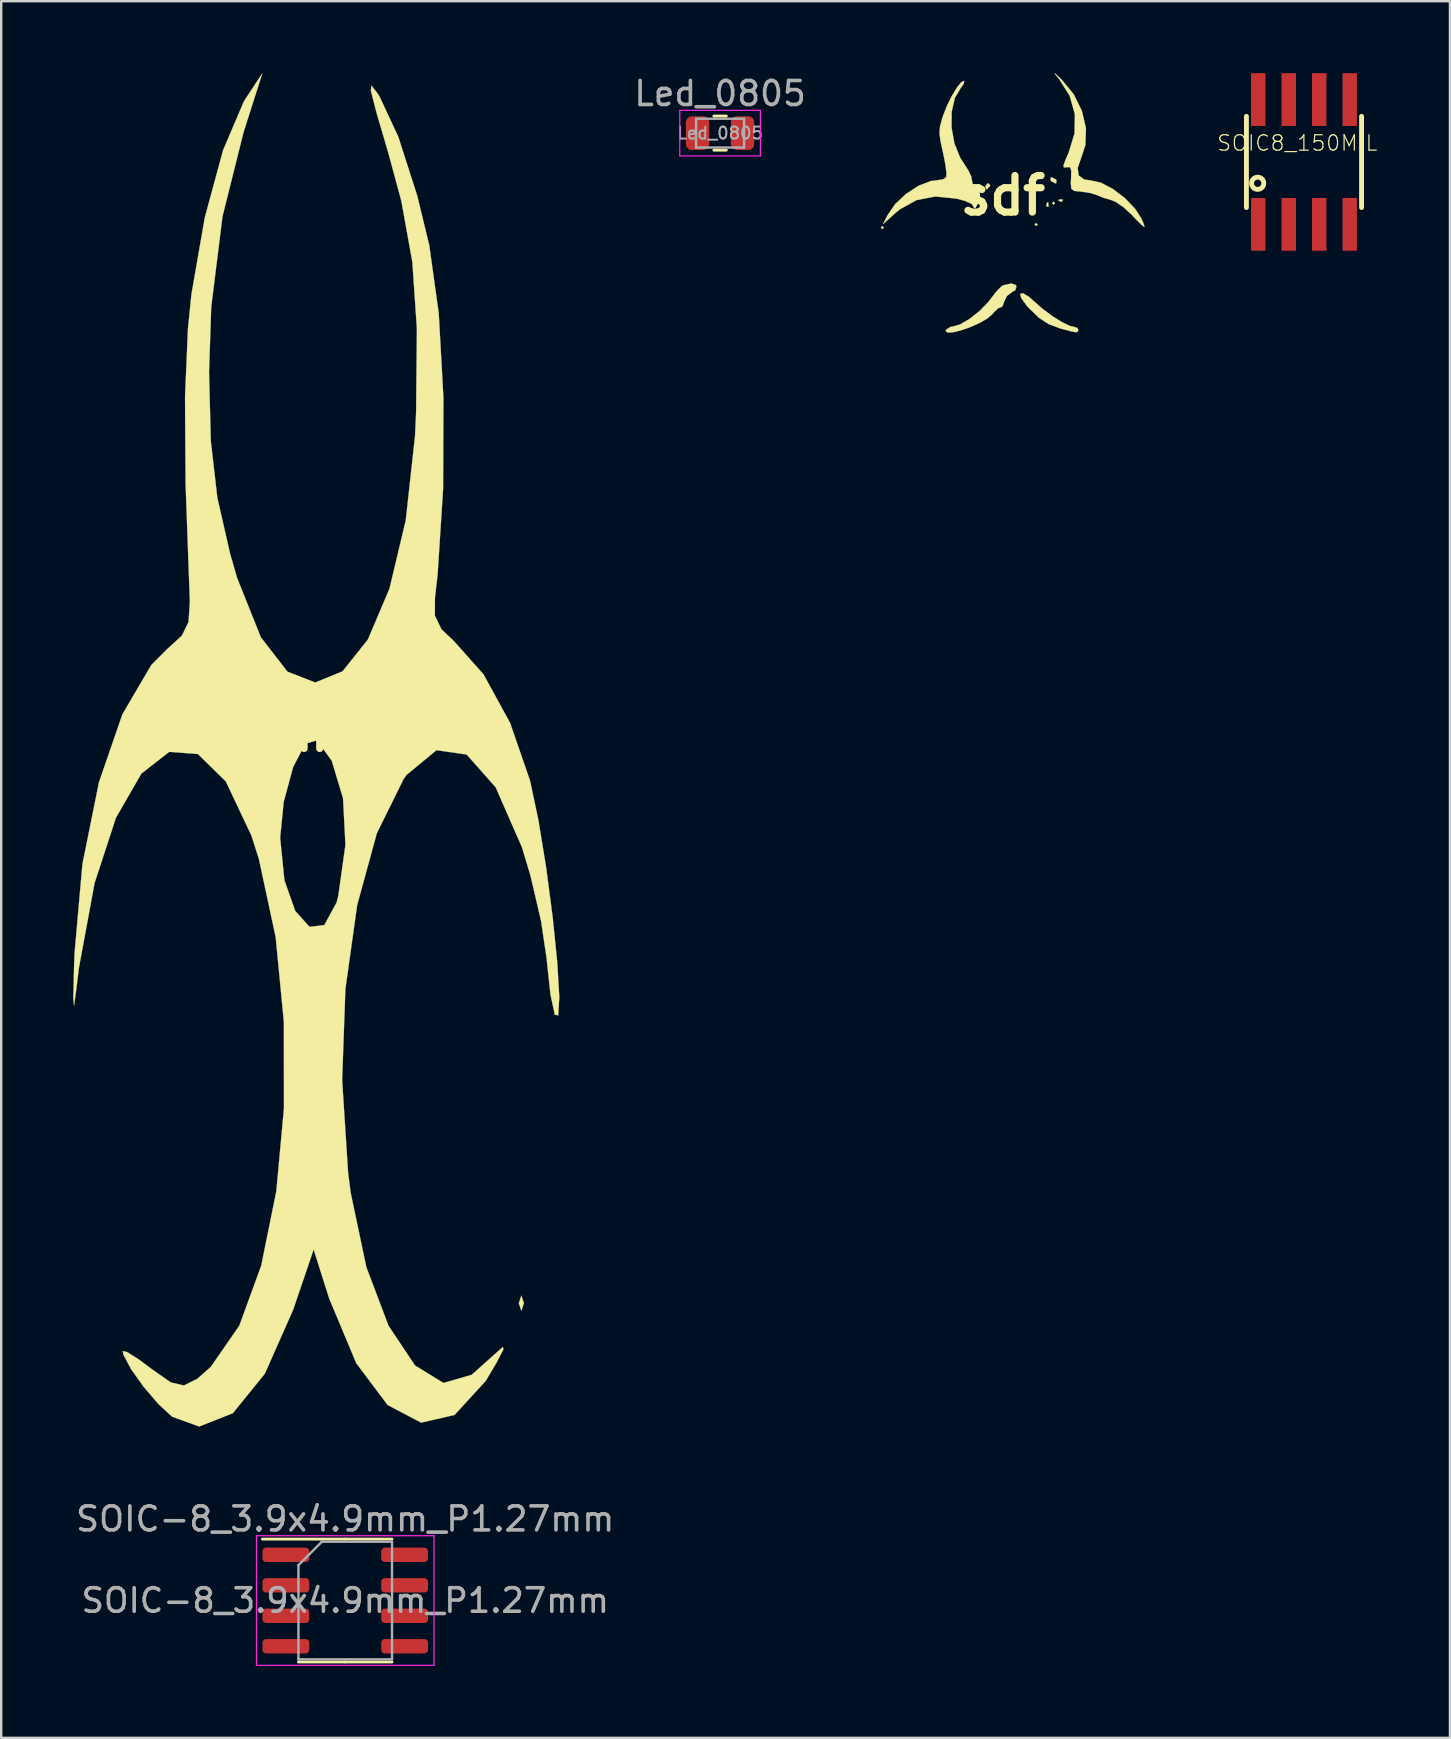
<source format=kicad_pcb>
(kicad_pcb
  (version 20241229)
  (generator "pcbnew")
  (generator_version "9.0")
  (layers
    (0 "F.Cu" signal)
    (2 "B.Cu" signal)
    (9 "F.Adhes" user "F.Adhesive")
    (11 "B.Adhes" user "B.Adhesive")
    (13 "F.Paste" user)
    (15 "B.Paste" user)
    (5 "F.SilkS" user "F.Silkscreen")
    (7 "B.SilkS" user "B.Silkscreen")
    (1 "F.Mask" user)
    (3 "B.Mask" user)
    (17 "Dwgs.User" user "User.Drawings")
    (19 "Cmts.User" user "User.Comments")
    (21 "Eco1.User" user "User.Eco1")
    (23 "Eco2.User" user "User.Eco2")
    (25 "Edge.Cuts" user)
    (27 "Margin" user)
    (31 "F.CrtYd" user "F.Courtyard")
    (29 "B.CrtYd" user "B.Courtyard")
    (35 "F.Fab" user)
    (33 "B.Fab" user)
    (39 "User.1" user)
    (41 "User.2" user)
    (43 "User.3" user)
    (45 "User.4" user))
  (footprint "Led_0805"
    (layer "F.Cu")
    (at 26.963 2.498)
    (property "Reference" "Led_0805" (at 0 -1.65 0) (layer "F.Fab") (effects (font (size 1 1) (thickness 0.15))))
    (attr smd)
    (fp_line (start -0.259 -0.71) (end 0.259 -0.71) (stroke (width 0.12) (type solid)) (layer "F.SilkS"))
    (fp_line (start -0.259 0.71) (end 0.259 0.71) (stroke (width 0.12) (type solid)) (layer "F.SilkS"))
    (fp_line (start -1.68 -0.95) (end 1.68 -0.95) (stroke (width 0.05) (type solid)) (layer "F.CrtYd"))
    (fp_line (start -1.68 0.95) (end -1.68 -0.95) (stroke (width 0.05) (type solid)) (layer "F.CrtYd"))
    (fp_line (start 1.68 -0.95) (end 1.68 0.95) (stroke (width 0.05) (type solid)) (layer "F.CrtYd"))
    (fp_line (start 1.68 0.95) (end -1.68 0.95) (stroke (width 0.05) (type solid)) (layer "F.CrtYd"))
    (fp_line (start -1 -0.6) (end 1 -0.6) (stroke (width 0.1) (type solid)) (layer "F.Fab"))
    (fp_line (start -1 0.6) (end -1 -0.6) (stroke (width 0.1) (type solid)) (layer "F.Fab"))
    (fp_line (start 1 -0.6) (end 1 0.6) (stroke (width 0.1) (type solid)) (layer "F.Fab"))
    (fp_line (start 1 0.6) (end -1 0.6) (stroke (width 0.1) (type solid)) (layer "F.Fab"))
    (fp_text user "${REFERENCE}" (at 0 0 0) (layer "F.Fab") (effects (font (size 0.5 0.5) (thickness 0.08))))
    (pad "1" smd roundrect (at -0.938 0) (size 0.975 1.4) (layers "F.Cu" "F.Mask" "F.Paste") (roundrect_rratio 0.25))
    (pad "2" smd roundrect (at 0.938 0) (size 0.975 1.4) (layers "F.Cu" "F.Mask" "F.Paste") (roundrect_rratio 0.25)))
  (footprint "hhhh"
    (layer "F.Cu")
    (at 9.261 27.455)
    (property "Reference" "hhhh" (at 0 0 0) (layer "F.SilkS") (effects (font (size 1.524 1.524) (thickness 0.3))))
    (attr through_hole)
    (fp_poly (pts (xy 9.525 23.812) (xy 9.419 24.13) (xy 9.313 23.812) (xy 9.419 23.495) (xy 9.525 23.812)) (stroke (width 0.01) (type solid)) (fill yes) (layer "F.SilkS"))
    (fp_poly (pts (xy -2.159 -24.996) (xy -3.038 -21.482) (xy -3.508 -17.706) (xy -3.598 -14.984) (xy -3.524 -12.119) (xy -3.254 -9.767) (xy -2.721 -7.428) (xy -2.43 -6.42) (xy -1.439 -3.943) (xy -0.33 -2.51) (xy 0.828 -2.058) (xy 1.968 -2.526) (xy 3.022 -3.85) (xy 3.922 -5.967) (xy 4.6 -8.814) (xy 4.987 -12.329) (xy 5.032 -13.319) (xy 5.065 -16.798) (xy 4.876 -19.581) (xy 4.416 -22.133) (xy 3.863 -24.171) (xy 3.37 -25.847) (xy 3.146 -26.727) (xy 3.17 -26.939) (xy 3.424 -26.614) (xy 3.5 -26.497) (xy 4.29 -24.805) (xy 5.081 -22.34) (xy 5.58 -20.283) (xy 5.976 -17.444) (xy 6.171 -13.917) (xy 6.158 -10.14) (xy 5.928 -6.552) (xy 5.818 -5.595) (xy 5.815 -4.847) (xy 6.087 -4.277) (xy 6.597 -3.797) (xy 7.844 -2.395) (xy 8.951 -0.371) (xy 9.776 2.019) (xy 9.786 2.055) (xy 10.131 3.684) (xy 10.453 5.658) (xy 10.723 7.717) (xy 10.915 9.603) (xy 11.001 11.057) (xy 10.954 11.821) (xy 10.811 11.778) (xy 10.633 10.954) (xy 10.474 9.471) (xy 10.471 9.432) (xy 10.239 7.874) (xy 9.801 5.998) (xy 9.449 4.822) (xy 8.349 2.31) (xy 7.141 0.945) (xy 5.882 0.762) (xy 4.631 1.794) (xy 4.512 1.962) (xy 3.394 4.227) (xy 2.575 7.222) (xy 2.084 10.726) (xy 1.949 14.519) (xy 2.198 18.382) (xy 2.306 19.215) (xy 2.957 22.306) (xy 3.882 24.751) (xy 4.987 26.408) (xy 6.173 27.137) (xy 7.346 26.797) (xy 7.43 26.726) (xy 8.059 26.161) (xy 8.557 25.717) (xy 8.647 25.637) (xy 8.672 25.733) (xy 8.384 26.291) (xy 7.938 27.045) (xy 6.635 28.469) (xy 5.241 28.79) (xy 3.846 28.056) (xy 2.539 26.314) (xy 1.407 23.611) (xy 1.387 23.546) (xy 0.762 21.574) (xy -0.095 24.092) (xy -1.273 26.751) (xy -2.608 28.398) (xy -4.011 28.951) (xy -5.14 28.541) (xy -5.711 28.014) (xy -6.325 27.294) (xy -6.852 26.554) (xy -7.162 25.967) (xy -7.197 25.806) (xy -7.011 25.849) (xy -6.527 26.156) (xy -5.944 26.589) (xy -5.196 27.112) (xy -4.647 27.241) (xy -4.093 26.968) (xy -3.527 26.468) (xy -2.337 24.751) (xy -1.421 22.239) (xy -0.795 19.148) (xy -0.476 15.694) (xy -0.479 12.092) (xy -0.821 8.556) (xy -1.519 5.302) (xy -1.802 4.416) (xy -0.635 4.416) (xy -0.457 6.182) (xy -0.007 7.461) (xy 0.59 8.127) (xy 1.206 8.052) (xy 1.717 7.112) (xy 1.787 6.844) (xy 2.087 4.709) (xy 1.987 2.767) (xy 1.514 1.199) (xy 0.903 0.353) (xy 0.416 0.491) (xy -0.092 1.461) (xy -0.486 2.913) (xy -0.635 4.416) (xy -1.802 4.416) (xy -1.833 4.32) (xy -2.898 2.066) (xy -4.062 0.923) (xy -5.258 0.832) (xy -6.418 1.737) (xy -7.478 3.578) (xy -8.368 6.297) (xy -9.023 9.838) (xy -9.121 10.645) (xy -9.224 11.415) (xy -9.256 11.115) (xy -9.22 9.658) (xy -9.207 9.273) (xy -8.876 5.512) (xy -8.188 2.106) (xy -7.21 -0.731) (xy -6.005 -2.788) (xy -5.327 -3.466) (xy -4.73 -4.01) (xy -4.453 -4.581) (xy -4.398 -5.423) (xy -4.41 -5.768) (xy -4.576 -10.361) (xy -4.599 -13.971) (xy -4.477 -16.808) (xy -4.332 -18.24) (xy -3.776 -21.437) (xy -3.012 -24.247) (xy -2.155 -26.259) (xy -2.032 -26.457) (xy -1.376 -27.45) (xy -2.159 -24.996)) (stroke (width 0.01) (type solid)) (fill yes) (layer "F.SilkS")))
  (footprint "SOIC-8_3.9x4.9mm_P1.27mm"
    (layer "F.Cu")
    (at 11.339 63.66)
    (property "Reference" "SOIC-8_3.9x4.9mm_P1.27mm" (at 0 -3.4 0) (layer "F.Fab") (effects (font (size 1 1) (thickness 0.15))))
    (attr smd)
    (fp_line (start 0 -2.56) (end -3.45 -2.56) (stroke (width 0.12) (type solid)) (layer "F.SilkS"))
    (fp_line (start 0 -2.56) (end 1.95 -2.56) (stroke (width 0.12) (type solid)) (layer "F.SilkS"))
    (fp_line (start 0 2.56) (end -1.95 2.56) (stroke (width 0.12) (type solid)) (layer "F.SilkS"))
    (fp_line (start 0 2.56) (end 1.95 2.56) (stroke (width 0.12) (type solid)) (layer "F.SilkS"))
    (fp_line (start -3.7 -2.7) (end -3.7 2.7) (stroke (width 0.05) (type solid)) (layer "F.CrtYd"))
    (fp_line (start -3.7 2.7) (end 3.7 2.7) (stroke (width 0.05) (type solid)) (layer "F.CrtYd"))
    (fp_line (start 3.7 -2.7) (end -3.7 -2.7) (stroke (width 0.05) (type solid)) (layer "F.CrtYd"))
    (fp_line (start 3.7 2.7) (end 3.7 -2.7) (stroke (width 0.05) (type solid)) (layer "F.CrtYd"))
    (fp_line (start -1.95 -1.475) (end -0.975 -2.45) (stroke (width 0.1) (type solid)) (layer "F.Fab"))
    (fp_line (start -1.95 2.45) (end -1.95 -1.475) (stroke (width 0.1) (type solid)) (layer "F.Fab"))
    (fp_line (start -0.975 -2.45) (end 1.95 -2.45) (stroke (width 0.1) (type solid)) (layer "F.Fab"))
    (fp_line (start 1.95 -2.45) (end 1.95 2.45) (stroke (width 0.1) (type solid)) (layer "F.Fab"))
    (fp_line (start 1.95 2.45) (end -1.95 2.45) (stroke (width 0.1) (type solid)) (layer "F.Fab"))
    (fp_text user "${REFERENCE}" (at 0 0 0) (layer "F.Fab") (effects (font (size 0.98 0.98) (thickness 0.15))))
    (pad "1" smd roundrect (at -2.475 -1.905) (size 1.95 0.6) (layers "F.Cu" "F.Mask" "F.Paste") (roundrect_rratio 0.25))
    (pad "2" smd roundrect (at -2.475 -0.635) (size 1.95 0.6) (layers "F.Cu" "F.Mask" "F.Paste") (roundrect_rratio 0.25))
    (pad "3" smd roundrect (at -2.475 0.635) (size 1.95 0.6) (layers "F.Cu" "F.Mask" "F.Paste") (roundrect_rratio 0.25))
    (pad "4" smd roundrect (at -2.475 1.905) (size 1.95 0.6) (layers "F.Cu" "F.Mask" "F.Paste") (roundrect_rratio 0.25))
    (pad "5" smd roundrect (at 2.475 1.905) (size 1.95 0.6) (layers "F.Cu" "F.Mask" "F.Paste") (roundrect_rratio 0.25))
    (pad "6" smd roundrect (at 2.475 0.635) (size 1.95 0.6) (layers "F.Cu" "F.Mask" "F.Paste") (roundrect_rratio 0.25))
    (pad "7" smd roundrect (at 2.475 -0.635) (size 1.95 0.6) (layers "F.Cu" "F.Mask" "F.Paste") (roundrect_rratio 0.25))
    (pad "8" smd roundrect (at 2.475 -1.905) (size 1.95 0.6) (layers "F.Cu" "F.Mask" "F.Paste") (roundrect_rratio 0.25)))
  (footprint "SOIC8_150MIL"
    (layer "F.Cu")
    (at 51.3 3.7)
    (property "Reference" "SOIC8_150MIL" (at -0.279 -0.787 0) (layer "F.SilkS") (effects (font (size 0.64 0.64) (thickness 0.05))))
    (attr smd)
    (fp_line (start -2.4 1.9) (end -2.4 -1.9) (stroke (width 0.203) (type solid)) (layer "F.SilkS"))
    (fp_line (start 2.4 -1.9) (end 2.4 1.9) (stroke (width 0.203) (type solid)) (layer "F.SilkS"))
    (fp_circle (center -1.93 0.889) (end -1.676 0.889) (stroke (width 0.203) (type solid)) (fill no) (layer "F.SilkS"))
    (fp_line (start -2.4 -1.9) (end 2.4 -1.9) (stroke (width 0.203) (type solid)) (layer "Eco2.User"))
    (fp_line (start -2.4 1.4) (end -2.4 -1.9) (stroke (width 0.203) (type solid)) (layer "Eco2.User"))
    (fp_line (start -2.4 1.9) (end -2.4 1.4) (stroke (width 0.203) (type solid)) (layer "Eco2.User"))
    (fp_line (start 2.4 -1.9) (end 2.4 1.4) (stroke (width 0.203) (type solid)) (layer "Eco2.User"))
    (fp_line (start 2.4 1.4) (end -2.4 1.4) (stroke (width 0.203) (type solid)) (layer "Eco2.User"))
    (fp_line (start 2.4 1.4) (end 2.4 1.9) (stroke (width 0.203) (type solid)) (layer "Eco2.User"))
    (fp_line (start 2.4 1.9) (end -2.4 1.9) (stroke (width 0.203) (type solid)) (layer "Eco2.User"))
    (fp_poly (pts (xy -2.15 -3.1) (xy -1.66 -3.1) (xy -1.66 -2) (xy -2.15 -2)) (stroke (width 0.1) (type solid)) (fill no) (layer "Eco2.User"))
    (fp_poly (pts (xy -2.15 2) (xy -1.66 2) (xy -1.66 3.1) (xy -2.15 3.1)) (stroke (width 0.1) (type solid)) (fill no) (layer "Eco2.User"))
    (fp_poly (pts (xy -0.88 -3.1) (xy -0.39 -3.1) (xy -0.39 -2) (xy -0.88 -2)) (stroke (width 0.1) (type solid)) (fill no) (layer "Eco2.User"))
    (fp_poly (pts (xy -0.88 2) (xy -0.39 2) (xy -0.39 3.1) (xy -0.88 3.1)) (stroke (width 0.1) (type solid)) (fill no) (layer "Eco2.User"))
    (fp_poly (pts (xy 0.39 -3.1) (xy 0.88 -3.1) (xy 0.88 -2) (xy 0.39 -2)) (stroke (width 0.1) (type solid)) (fill no) (layer "Eco2.User"))
    (fp_poly (pts (xy 0.39 2) (xy 0.88 2) (xy 0.88 3.1) (xy 0.39 3.1)) (stroke (width 0.1) (type solid)) (fill no) (layer "Eco2.User"))
    (fp_poly (pts (xy 1.66 -3.1) (xy 2.15 -3.1) (xy 2.15 -2) (xy 1.66 -2)) (stroke (width 0.1) (type solid)) (fill no) (layer "Eco2.User"))
    (fp_poly (pts (xy 1.66 2) (xy 2.15 2) (xy 2.15 3.1) (xy 1.66 3.1)) (stroke (width 0.1) (type solid)) (fill no) (layer "Eco2.User"))
    (pad "1" smd rect (at -1.905 2.6) (size 0.6 2.2) (layers "F.Cu" "F.Mask" "F.Paste"))
    (pad "2" smd rect (at -0.635 2.6) (size 0.6 2.2) (layers "F.Cu" "F.Mask" "F.Paste"))
    (pad "3" smd rect (at 0.635 2.6) (size 0.6 2.2) (layers "F.Cu" "F.Mask" "F.Paste"))
    (pad "4" smd rect (at 1.905 2.6) (size 0.6 2.2) (layers "F.Cu" "F.Mask" "F.Paste"))
    (pad "5" smd rect (at 1.905 -2.6) (size 0.6 2.2) (layers "F.Cu" "F.Mask" "F.Paste"))
    (pad "6" smd rect (at 0.635 -2.6) (size 0.6 2.2) (layers "F.Cu" "F.Mask" "F.Paste"))
    (pad "7" smd rect (at -0.635 -2.6) (size 0.6 2.2) (layers "F.Cu" "F.Mask" "F.Paste"))
    (pad "8" smd rect (at -1.905 -2.6) (size 0.6 2.2) (layers "F.Cu" "F.Mask" "F.Paste")))
  (footprint "sdf"
    (layer "F.Cu")
    (at 38.745 5.101)
    (property "Reference" "sdf" (at 0 0 0) (layer "F.SilkS") (effects (font (size 1.524 1.524) (thickness 0.3))))
    (attr through_hole)
    (fp_poly (pts (xy -4.959 1.333) (xy -5.02 1.397) (xy -5.08 1.333) (xy -5.02 1.27) (xy -4.959 1.333)) (stroke (width 0.01) (type solid)) (fill yes) (layer "F.SilkS"))
    (fp_poly (pts (xy 1.451 1.206) (xy 1.391 1.27) (xy 1.33 1.206) (xy 1.391 1.143) (xy 1.451 1.206)) (stroke (width 0.01) (type solid)) (fill yes) (layer "F.SilkS"))
    (fp_poly (pts (xy 2.177 0.318) (xy 2.117 0.381) (xy 2.056 0.318) (xy 2.117 0.254) (xy 2.177 0.318)) (stroke (width 0.01) (type solid)) (fill yes) (layer "F.SilkS"))
    (fp_poly (pts (xy 1.895 0.296) (xy 1.909 0.447) (xy 1.895 0.466) (xy 1.823 0.448) (xy 1.814 0.381) (xy 1.859 0.276) (xy 1.895 0.296)) (stroke (width 0.01) (type solid)) (fill yes) (layer "F.SilkS"))
    (fp_poly (pts (xy 2.5 0.169) (xy 2.483 0.245) (xy 2.419 0.254) (xy 2.319 0.208) (xy 2.338 0.169) (xy 2.482 0.154) (xy 2.5 0.169)) (stroke (width 0.01) (type solid)) (fill yes) (layer "F.SilkS"))
    (fp_poly (pts (xy -0.525 -0.43) (xy -0.544 -0.381) (xy -0.653 -0.26) (xy -0.672 -0.254) (xy -0.724 -0.352) (xy -0.726 -0.381) (xy -0.633 -0.503) (xy -0.598 -0.508) (xy -0.525 -0.43)) (stroke (width 0.01) (type solid)) (fill yes) (layer "F.SilkS"))
    (fp_poly (pts (xy 2.213 -0.669) (xy 2.238 -0.635) (xy 2.232 -0.518) (xy 2.191 -0.508) (xy 2.02 -0.601) (xy 1.996 -0.635) (xy 2.001 -0.752) (xy 2.042 -0.762) (xy 2.213 -0.669)) (stroke (width 0.01) (type solid)) (fill yes) (layer "F.SilkS"))
    (fp_poly (pts (xy 1.091 4.218) (xy 1.294 4.4) (xy 1.66 4.723) (xy 2.078 5.032) (xy 2.481 5.283) (xy 2.803 5.435) (xy 2.927 5.461) (xy 3.11 5.519) (xy 3.145 5.588) (xy 3.131 5.671) (xy 3.053 5.697) (xy 2.859 5.663) (xy 2.496 5.566) (xy 2.389 5.536) (xy 1.913 5.359) (xy 1.508 5.096) (xy 1.086 4.684) (xy 0.998 4.586) (xy 0.77 4.274) (xy 0.728 4.097) (xy 0.844 4.072) (xy 1.091 4.218)) (stroke (width 0.01) (type solid)) (fill yes) (layer "F.SilkS"))
    (fp_poly (pts (xy 0.531 3.719) (xy 0.572 3.787) (xy 0.522 3.947) (xy 0.386 4.021) (xy 0.172 4.186) (xy 0.065 4.408) (xy -0.013 4.62) (xy -0.08 4.658) (xy -0.192 4.697) (xy -0.385 4.884) (xy -0.433 4.942) (xy -0.643 5.124) (xy -0.96 5.306) (xy -1.332 5.474) (xy -1.711 5.609) (xy -2.045 5.695) (xy -2.284 5.715) (xy -2.379 5.653) (xy -2.359 5.588) (xy -2.185 5.475) (xy -2.09 5.461) (xy -1.779 5.372) (xy -1.382 5.139) (xy -0.968 4.812) (xy -0.608 4.442) (xy -0.496 4.296) (xy -0.256 3.987) (xy -0.051 3.781) (xy 0.03 3.736) (xy 0.29 3.68) (xy 0.348 3.665) (xy 0.531 3.719)) (stroke (width 0.01) (type solid)) (fill yes) (layer "F.SilkS"))
    (fp_poly (pts (xy 2.332 -4.948) (xy 2.46 -4.826) (xy 2.96 -4.216) (xy 3.3 -3.525) (xy 3.467 -2.806) (xy 3.445 -2.113) (xy 3.279 -1.602) (xy 3.122 -1.151) (xy 3.164 -0.837) (xy 3.402 -0.665) (xy 3.649 -0.635) (xy 4.092 -0.536) (xy 4.596 -0.271) (xy 5.094 0.108) (xy 5.519 0.554) (xy 5.765 0.933) (xy 5.877 1.185) (xy 5.907 1.312) (xy 5.905 1.314) (xy 5.808 1.242) (xy 5.594 1.034) (xy 5.374 0.802) (xy 5.04 0.492) (xy 4.706 0.263) (xy 4.528 0.189) (xy 4.177 0.085) (xy 3.926 -0.017) (xy 3.634 -0.11) (xy 3.266 -0.165) (xy 3.247 -0.166) (xy 2.974 -0.195) (xy 2.855 -0.289) (xy 2.836 -0.525) (xy 2.847 -0.715) (xy 2.854 -1.045) (xy 2.803 -1.181) (xy 2.67 -1.182) (xy 2.662 -1.18) (xy 2.549 -1.169) (xy 2.531 -1.255) (xy 2.613 -1.485) (xy 2.738 -1.766) (xy 2.99 -2.584) (xy 3.005 -3.391) (xy 2.787 -4.162) (xy 2.339 -4.87) (xy 2.322 -4.889) (xy 2.168 -5.076) (xy 2.169 -5.096) (xy 2.332 -4.948)) (stroke (width 0.01) (type solid)) (fill yes) (layer "F.SilkS"))
    (fp_poly (pts (xy -1.606 -4.777) (xy -1.63 -4.649) (xy -1.736 -4.509) (xy -1.997 -4.071) (xy -2.129 -3.49) (xy -2.134 -2.834) (xy -2.015 -2.172) (xy -1.773 -1.576) (xy -1.644 -1.373) (xy -1.431 -1.042) (xy -1.308 -0.778) (xy -1.296 -0.678) (xy -1.252 -0.491) (xy -1.106 -0.297) (xy -0.953 -0.106) (xy -0.947 0.092) (xy -1.029 0.318) (xy -1.137 0.517) (xy -1.196 0.52) (xy -1.2 0.494) (xy -1.295 0.348) (xy -1.582 0.219) (xy -1.941 0.126) (xy -2.811 0.039) (xy -3.592 0.188) (xy -4.29 0.574) (xy -4.474 0.727) (xy -4.988 1.189) (xy -4.803 0.817) (xy -4.481 0.351) (xy -4.023 -0.075) (xy -3.504 -0.412) (xy -2.995 -0.607) (xy -2.761 -0.635) (xy -2.492 -0.678) (xy -2.358 -0.763) (xy -2.348 -0.942) (xy -2.392 -1.293) (xy -2.48 -1.744) (xy -2.491 -1.792) (xy -2.596 -2.273) (xy -2.638 -2.603) (xy -2.617 -2.878) (xy -2.532 -3.193) (xy -2.482 -3.347) (xy -2.32 -3.756) (xy -2.118 -4.159) (xy -1.91 -4.501) (xy -1.73 -4.727) (xy -1.613 -4.782) (xy -1.606 -4.777)) (stroke (width 0.01) (type solid)) (fill yes) (layer "F.SilkS")))
  (gr_rect
    (start -3 -3)
    (end 57.384 69.385)
    (stroke (width 0.1) (type default))
    (fill no)
    (layer "Edge.Cuts")))
</source>
